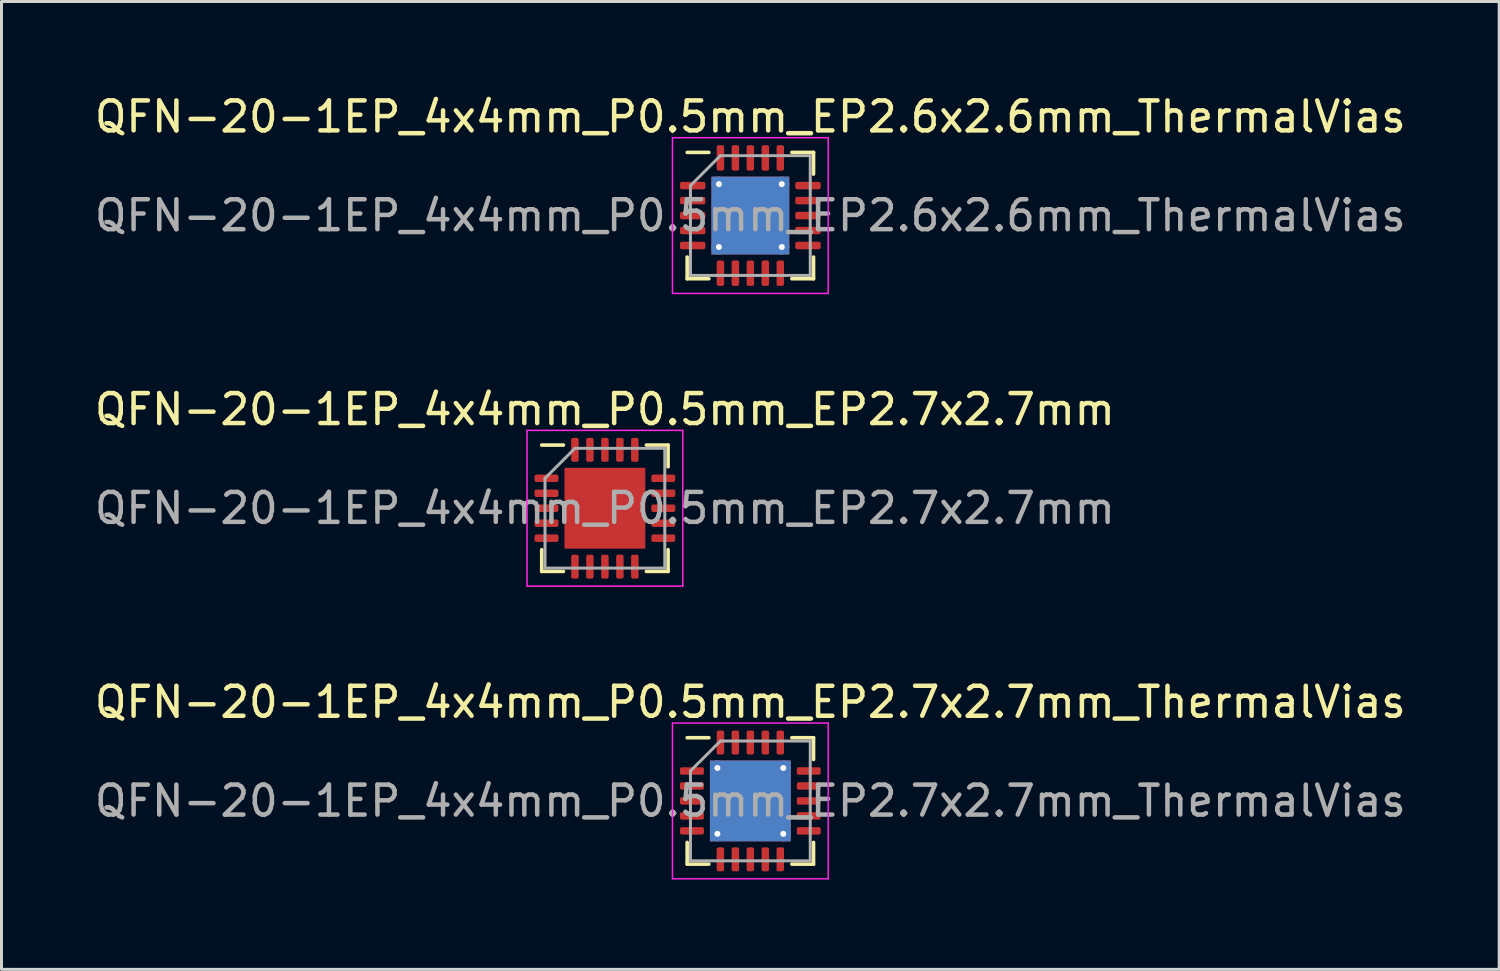
<source format=kicad_pcb>
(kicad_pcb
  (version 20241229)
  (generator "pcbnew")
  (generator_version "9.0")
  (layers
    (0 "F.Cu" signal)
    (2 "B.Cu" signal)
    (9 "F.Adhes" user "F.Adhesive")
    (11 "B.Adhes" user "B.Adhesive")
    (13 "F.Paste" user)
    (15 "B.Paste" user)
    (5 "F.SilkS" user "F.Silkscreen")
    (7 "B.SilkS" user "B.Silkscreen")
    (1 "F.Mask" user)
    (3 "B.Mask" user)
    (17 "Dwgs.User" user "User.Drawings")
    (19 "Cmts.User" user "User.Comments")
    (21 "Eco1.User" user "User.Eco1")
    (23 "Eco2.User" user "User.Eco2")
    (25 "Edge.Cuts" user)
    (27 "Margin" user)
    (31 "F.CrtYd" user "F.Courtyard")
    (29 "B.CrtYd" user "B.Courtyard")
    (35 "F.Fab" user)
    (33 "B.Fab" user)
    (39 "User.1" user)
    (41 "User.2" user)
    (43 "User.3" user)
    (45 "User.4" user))
  (footprint "QFN-20-1EP_4x4mm_P0.5mm_EP2.7x2.7mm_ThermalVias"
    (layer "F.Cu")
    (at 22.006 23.695)
    (property "Reference" "QFN-20-1EP_4x4mm_P0.5mm_EP2.7x2.7mm_ThermalVias" (at 0 -3.3 0) (layer "F.SilkS") (effects (font (size 1 1) (thickness 0.15))))
    (attr smd)
    (fp_line (start -2.11 2.11) (end -2.11 1.385) (stroke (width 0.12) (type solid)) (layer "F.SilkS"))
    (fp_line (start -1.385 -2.11) (end -2.11 -2.11) (stroke (width 0.12) (type solid)) (layer "F.SilkS"))
    (fp_line (start -1.385 2.11) (end -2.11 2.11) (stroke (width 0.12) (type solid)) (layer "F.SilkS"))
    (fp_line (start 1.385 -2.11) (end 2.11 -2.11) (stroke (width 0.12) (type solid)) (layer "F.SilkS"))
    (fp_line (start 1.385 2.11) (end 2.11 2.11) (stroke (width 0.12) (type solid)) (layer "F.SilkS"))
    (fp_line (start 2.11 -2.11) (end 2.11 -1.385) (stroke (width 0.12) (type solid)) (layer "F.SilkS"))
    (fp_line (start 2.11 2.11) (end 2.11 1.385) (stroke (width 0.12) (type solid)) (layer "F.SilkS"))
    (fp_line (start -2.6 -2.6) (end -2.6 2.6) (stroke (width 0.05) (type solid)) (layer "F.CrtYd"))
    (fp_line (start -2.6 2.6) (end 2.6 2.6) (stroke (width 0.05) (type solid)) (layer "F.CrtYd"))
    (fp_line (start 2.6 -2.6) (end -2.6 -2.6) (stroke (width 0.05) (type solid)) (layer "F.CrtYd"))
    (fp_line (start 2.6 2.6) (end 2.6 -2.6) (stroke (width 0.05) (type solid)) (layer "F.CrtYd"))
    (fp_line (start -2 -1) (end -1 -2) (stroke (width 0.1) (type solid)) (layer "F.Fab"))
    (fp_line (start -2 2) (end -2 -1) (stroke (width 0.1) (type solid)) (layer "F.Fab"))
    (fp_line (start -1 -2) (end 2 -2) (stroke (width 0.1) (type solid)) (layer "F.Fab"))
    (fp_line (start 2 -2) (end 2 2) (stroke (width 0.1) (type solid)) (layer "F.Fab"))
    (fp_line (start 2 2) (end -2 2) (stroke (width 0.1) (type solid)) (layer "F.Fab"))
    (fp_text user "${REFERENCE}" (at 0 0 0) (layer "F.Fab") (effects (font (size 1 1) (thickness 0.15))))
    (pad "" smd roundrect (at -0.675 -0.675) (size 1.17 1.17) (layers "F.Paste") (roundrect_rratio 0.214))
    (pad "" smd roundrect (at -0.675 0.675) (size 1.17 1.17) (layers "F.Paste") (roundrect_rratio 0.214))
    (pad "" smd roundrect (at 0.675 -0.675) (size 1.17 1.17) (layers "F.Paste") (roundrect_rratio 0.214))
    (pad "" smd roundrect (at 0.675 0.675) (size 1.17 1.17) (layers "F.Paste") (roundrect_rratio 0.214))
    (pad "1" smd roundrect (at -1.95 -1) (size 0.8 0.25) (layers "F.Cu" "F.Mask" "F.Paste") (roundrect_rratio 0.25))
    (pad "2" smd roundrect (at -1.95 -0.5) (size 0.8 0.25) (layers "F.Cu" "F.Mask" "F.Paste") (roundrect_rratio 0.25))
    (pad "3" smd roundrect (at -1.95 0) (size 0.8 0.25) (layers "F.Cu" "F.Mask" "F.Paste") (roundrect_rratio 0.25))
    (pad "4" smd roundrect (at -1.95 0.5) (size 0.8 0.25) (layers "F.Cu" "F.Mask" "F.Paste") (roundrect_rratio 0.25))
    (pad "5" smd roundrect (at -1.95 1) (size 0.8 0.25) (layers "F.Cu" "F.Mask" "F.Paste") (roundrect_rratio 0.25))
    (pad "6" smd roundrect (at -1 1.95) (size 0.25 0.8) (layers "F.Cu" "F.Mask" "F.Paste") (roundrect_rratio 0.25))
    (pad "7" smd roundrect (at -0.5 1.95) (size 0.25 0.8) (layers "F.Cu" "F.Mask" "F.Paste") (roundrect_rratio 0.25))
    (pad "8" smd roundrect (at 0 1.95) (size 0.25 0.8) (layers "F.Cu" "F.Mask" "F.Paste") (roundrect_rratio 0.25))
    (pad "9" smd roundrect (at 0.5 1.95) (size 0.25 0.8) (layers "F.Cu" "F.Mask" "F.Paste") (roundrect_rratio 0.25))
    (pad "10" smd roundrect (at 1 1.95) (size 0.25 0.8) (layers "F.Cu" "F.Mask" "F.Paste") (roundrect_rratio 0.25))
    (pad "11" smd roundrect (at 1.95 1) (size 0.8 0.25) (layers "F.Cu" "F.Mask" "F.Paste") (roundrect_rratio 0.25))
    (pad "12" smd roundrect (at 1.95 0.5) (size 0.8 0.25) (layers "F.Cu" "F.Mask" "F.Paste") (roundrect_rratio 0.25))
    (pad "13" smd roundrect (at 1.95 0) (size 0.8 0.25) (layers "F.Cu" "F.Mask" "F.Paste") (roundrect_rratio 0.25))
    (pad "14" smd roundrect (at 1.95 -0.5) (size 0.8 0.25) (layers "F.Cu" "F.Mask" "F.Paste") (roundrect_rratio 0.25))
    (pad "15" smd roundrect (at 1.95 -1) (size 0.8 0.25) (layers "F.Cu" "F.Mask" "F.Paste") (roundrect_rratio 0.25))
    (pad "16" smd roundrect (at 1 -1.95) (size 0.25 0.8) (layers "F.Cu" "F.Mask" "F.Paste") (roundrect_rratio 0.25))
    (pad "17" smd roundrect (at 0.5 -1.95) (size 0.25 0.8) (layers "F.Cu" "F.Mask" "F.Paste") (roundrect_rratio 0.25))
    (pad "18" smd roundrect (at 0 -1.95) (size 0.25 0.8) (layers "F.Cu" "F.Mask" "F.Paste") (roundrect_rratio 0.25))
    (pad "19" smd roundrect (at -0.5 -1.95) (size 0.25 0.8) (layers "F.Cu" "F.Mask" "F.Paste") (roundrect_rratio 0.25))
    (pad "20" smd roundrect (at -1 -1.95) (size 0.25 0.8) (layers "F.Cu" "F.Mask" "F.Paste") (roundrect_rratio 0.25))
    (pad "21" thru_hole circle (at -1.1 -1.1) (size 0.5 0.5) (drill 0.2) (layers "*.Cu"))
    (pad "21" thru_hole circle (at -1.1 1.1) (size 0.5 0.5) (drill 0.2) (layers "*.Cu"))
    (pad "21" smd rect (at 0 0) (size 2.7 2.7) (layers "F.Cu" "F.Mask"))
    (pad "21" smd rect (at 0 0) (size 2.7 2.7) (layers "B.Cu"))
    (pad "21" thru_hole circle (at 1.1 -1.1) (size 0.5 0.5) (drill 0.2) (layers "*.Cu"))
    (pad "21" thru_hole circle (at 1.1 1.1) (size 0.5 0.5) (drill 0.2) (layers "*.Cu")))
  (footprint "QFN-20-1EP_4x4mm_P0.5mm_EP2.6x2.6mm_ThermalVias"
    (layer "F.Cu")
    (at 22.006 4.148)
    (property "Reference" "QFN-20-1EP_4x4mm_P0.5mm_EP2.6x2.6mm_ThermalVias" (at 0 -3.3 0) (layer "F.SilkS") (effects (font (size 1 1) (thickness 0.15))))
    (attr smd)
    (fp_line (start -2.11 2.11) (end -2.11 1.385) (stroke (width 0.12) (type solid)) (layer "F.SilkS"))
    (fp_line (start -1.385 -2.11) (end -2.11 -2.11) (stroke (width 0.12) (type solid)) (layer "F.SilkS"))
    (fp_line (start -1.385 2.11) (end -2.11 2.11) (stroke (width 0.12) (type solid)) (layer "F.SilkS"))
    (fp_line (start 1.385 -2.11) (end 2.11 -2.11) (stroke (width 0.12) (type solid)) (layer "F.SilkS"))
    (fp_line (start 1.385 2.11) (end 2.11 2.11) (stroke (width 0.12) (type solid)) (layer "F.SilkS"))
    (fp_line (start 2.11 -2.11) (end 2.11 -1.385) (stroke (width 0.12) (type solid)) (layer "F.SilkS"))
    (fp_line (start 2.11 2.11) (end 2.11 1.385) (stroke (width 0.12) (type solid)) (layer "F.SilkS"))
    (fp_line (start -2.6 -2.6) (end -2.6 2.6) (stroke (width 0.05) (type solid)) (layer "F.CrtYd"))
    (fp_line (start -2.6 2.6) (end 2.6 2.6) (stroke (width 0.05) (type solid)) (layer "F.CrtYd"))
    (fp_line (start 2.6 -2.6) (end -2.6 -2.6) (stroke (width 0.05) (type solid)) (layer "F.CrtYd"))
    (fp_line (start 2.6 2.6) (end 2.6 -2.6) (stroke (width 0.05) (type solid)) (layer "F.CrtYd"))
    (fp_line (start -2 -1) (end -1 -2) (stroke (width 0.1) (type solid)) (layer "F.Fab"))
    (fp_line (start -2 2) (end -2 -1) (stroke (width 0.1) (type solid)) (layer "F.Fab"))
    (fp_line (start -1 -2) (end 2 -2) (stroke (width 0.1) (type solid)) (layer "F.Fab"))
    (fp_line (start 2 -2) (end 2 2) (stroke (width 0.1) (type solid)) (layer "F.Fab"))
    (fp_line (start 2 2) (end -2 2) (stroke (width 0.1) (type solid)) (layer "F.Fab"))
    (fp_text user "${REFERENCE}" (at 0 0 0) (layer "F.Fab") (effects (font (size 1 1) (thickness 0.15))))
    (pad "" smd roundrect (at -0.65 -0.65) (size 1.13 1.13) (layers "F.Paste") (roundrect_rratio 0.221))
    (pad "" smd roundrect (at -0.65 0.65) (size 1.13 1.13) (layers "F.Paste") (roundrect_rratio 0.221))
    (pad "" smd roundrect (at 0.65 -0.65) (size 1.13 1.13) (layers "F.Paste") (roundrect_rratio 0.221))
    (pad "" smd roundrect (at 0.65 0.65) (size 1.13 1.13) (layers "F.Paste") (roundrect_rratio 0.221))
    (pad "1" smd roundrect (at -1.925 -1) (size 0.85 0.25) (layers "F.Cu" "F.Mask" "F.Paste") (roundrect_rratio 0.25))
    (pad "2" smd roundrect (at -1.925 -0.5) (size 0.85 0.25) (layers "F.Cu" "F.Mask" "F.Paste") (roundrect_rratio 0.25))
    (pad "3" smd roundrect (at -1.925 0) (size 0.85 0.25) (layers "F.Cu" "F.Mask" "F.Paste") (roundrect_rratio 0.25))
    (pad "4" smd roundrect (at -1.925 0.5) (size 0.85 0.25) (layers "F.Cu" "F.Mask" "F.Paste") (roundrect_rratio 0.25))
    (pad "5" smd roundrect (at -1.925 1) (size 0.85 0.25) (layers "F.Cu" "F.Mask" "F.Paste") (roundrect_rratio 0.25))
    (pad "6" smd roundrect (at -1 1.925) (size 0.25 0.85) (layers "F.Cu" "F.Mask" "F.Paste") (roundrect_rratio 0.25))
    (pad "7" smd roundrect (at -0.5 1.925) (size 0.25 0.85) (layers "F.Cu" "F.Mask" "F.Paste") (roundrect_rratio 0.25))
    (pad "8" smd roundrect (at 0 1.925) (size 0.25 0.85) (layers "F.Cu" "F.Mask" "F.Paste") (roundrect_rratio 0.25))
    (pad "9" smd roundrect (at 0.5 1.925) (size 0.25 0.85) (layers "F.Cu" "F.Mask" "F.Paste") (roundrect_rratio 0.25))
    (pad "10" smd roundrect (at 1 1.925) (size 0.25 0.85) (layers "F.Cu" "F.Mask" "F.Paste") (roundrect_rratio 0.25))
    (pad "11" smd roundrect (at 1.925 1) (size 0.85 0.25) (layers "F.Cu" "F.Mask" "F.Paste") (roundrect_rratio 0.25))
    (pad "12" smd roundrect (at 1.925 0.5) (size 0.85 0.25) (layers "F.Cu" "F.Mask" "F.Paste") (roundrect_rratio 0.25))
    (pad "13" smd roundrect (at 1.925 0) (size 0.85 0.25) (layers "F.Cu" "F.Mask" "F.Paste") (roundrect_rratio 0.25))
    (pad "14" smd roundrect (at 1.925 -0.5) (size 0.85 0.25) (layers "F.Cu" "F.Mask" "F.Paste") (roundrect_rratio 0.25))
    (pad "15" smd roundrect (at 1.925 -1) (size 0.85 0.25) (layers "F.Cu" "F.Mask" "F.Paste") (roundrect_rratio 0.25))
    (pad "16" smd roundrect (at 1 -1.925) (size 0.25 0.85) (layers "F.Cu" "F.Mask" "F.Paste") (roundrect_rratio 0.25))
    (pad "17" smd roundrect (at 0.5 -1.925) (size 0.25 0.85) (layers "F.Cu" "F.Mask" "F.Paste") (roundrect_rratio 0.25))
    (pad "18" smd roundrect (at 0 -1.925) (size 0.25 0.85) (layers "F.Cu" "F.Mask" "F.Paste") (roundrect_rratio 0.25))
    (pad "19" smd roundrect (at -0.5 -1.925) (size 0.25 0.85) (layers "F.Cu" "F.Mask" "F.Paste") (roundrect_rratio 0.25))
    (pad "20" smd roundrect (at -1 -1.925) (size 0.25 0.85) (layers "F.Cu" "F.Mask" "F.Paste") (roundrect_rratio 0.25))
    (pad "21" thru_hole circle (at -1.05 -1.05) (size 0.5 0.5) (drill 0.2) (layers "*.Cu"))
    (pad "21" thru_hole circle (at -1.05 1.05) (size 0.5 0.5) (drill 0.2) (layers "*.Cu"))
    (pad "21" smd rect (at 0 0) (size 2.6 2.6) (layers "F.Cu" "F.Mask"))
    (pad "21" smd rect (at 0 0) (size 2.6 2.6) (layers "B.Cu"))
    (pad "21" thru_hole circle (at 1.05 -1.05) (size 0.5 0.5) (drill 0.2) (layers "*.Cu"))
    (pad "21" thru_hole circle (at 1.05 1.05) (size 0.5 0.5) (drill 0.2) (layers "*.Cu")))
  (footprint "QFN-20-1EP_4x4mm_P0.5mm_EP2.7x2.7mm"
    (layer "F.Cu")
    (at 17.149 13.921)
    (property "Reference" "QFN-20-1EP_4x4mm_P0.5mm_EP2.7x2.7mm" (at 0 -3.3 0) (layer "F.SilkS") (effects (font (size 1 1) (thickness 0.15))))
    (attr smd)
    (fp_line (start -2.11 2.11) (end -2.11 1.385) (stroke (width 0.12) (type solid)) (layer "F.SilkS"))
    (fp_line (start -1.385 -2.11) (end -2.11 -2.11) (stroke (width 0.12) (type solid)) (layer "F.SilkS"))
    (fp_line (start -1.385 2.11) (end -2.11 2.11) (stroke (width 0.12) (type solid)) (layer "F.SilkS"))
    (fp_line (start 1.385 -2.11) (end 2.11 -2.11) (stroke (width 0.12) (type solid)) (layer "F.SilkS"))
    (fp_line (start 1.385 2.11) (end 2.11 2.11) (stroke (width 0.12) (type solid)) (layer "F.SilkS"))
    (fp_line (start 2.11 -2.11) (end 2.11 -1.385) (stroke (width 0.12) (type solid)) (layer "F.SilkS"))
    (fp_line (start 2.11 2.11) (end 2.11 1.385) (stroke (width 0.12) (type solid)) (layer "F.SilkS"))
    (fp_line (start -2.6 -2.6) (end -2.6 2.6) (stroke (width 0.05) (type solid)) (layer "F.CrtYd"))
    (fp_line (start -2.6 2.6) (end 2.6 2.6) (stroke (width 0.05) (type solid)) (layer "F.CrtYd"))
    (fp_line (start 2.6 -2.6) (end -2.6 -2.6) (stroke (width 0.05) (type solid)) (layer "F.CrtYd"))
    (fp_line (start 2.6 2.6) (end 2.6 -2.6) (stroke (width 0.05) (type solid)) (layer "F.CrtYd"))
    (fp_line (start -2 -1) (end -1 -2) (stroke (width 0.1) (type solid)) (layer "F.Fab"))
    (fp_line (start -2 2) (end -2 -1) (stroke (width 0.1) (type solid)) (layer "F.Fab"))
    (fp_line (start -1 -2) (end 2 -2) (stroke (width 0.1) (type solid)) (layer "F.Fab"))
    (fp_line (start 2 -2) (end 2 2) (stroke (width 0.1) (type solid)) (layer "F.Fab"))
    (fp_line (start 2 2) (end -2 2) (stroke (width 0.1) (type solid)) (layer "F.Fab"))
    (fp_text user "${REFERENCE}" (at 0 0 0) (layer "F.Fab") (effects (font (size 1 1) (thickness 0.15))))
    (pad "" smd roundrect (at -0.675 -0.675) (size 1.09 1.09) (layers "F.Paste") (roundrect_rratio 0.229))
    (pad "" smd roundrect (at -0.675 0.675) (size 1.09 1.09) (layers "F.Paste") (roundrect_rratio 0.229))
    (pad "" smd roundrect (at 0.675 -0.675) (size 1.09 1.09) (layers "F.Paste") (roundrect_rratio 0.229))
    (pad "" smd roundrect (at 0.675 0.675) (size 1.09 1.09) (layers "F.Paste") (roundrect_rratio 0.229))
    (pad "1" smd roundrect (at -1.95 -1) (size 0.8 0.25) (layers "F.Cu" "F.Mask" "F.Paste") (roundrect_rratio 0.25))
    (pad "2" smd roundrect (at -1.95 -0.5) (size 0.8 0.25) (layers "F.Cu" "F.Mask" "F.Paste") (roundrect_rratio 0.25))
    (pad "3" smd roundrect (at -1.95 0) (size 0.8 0.25) (layers "F.Cu" "F.Mask" "F.Paste") (roundrect_rratio 0.25))
    (pad "4" smd roundrect (at -1.95 0.5) (size 0.8 0.25) (layers "F.Cu" "F.Mask" "F.Paste") (roundrect_rratio 0.25))
    (pad "5" smd roundrect (at -1.95 1) (size 0.8 0.25) (layers "F.Cu" "F.Mask" "F.Paste") (roundrect_rratio 0.25))
    (pad "6" smd roundrect (at -1 1.95) (size 0.25 0.8) (layers "F.Cu" "F.Mask" "F.Paste") (roundrect_rratio 0.25))
    (pad "7" smd roundrect (at -0.5 1.95) (size 0.25 0.8) (layers "F.Cu" "F.Mask" "F.Paste") (roundrect_rratio 0.25))
    (pad "8" smd roundrect (at 0 1.95) (size 0.25 0.8) (layers "F.Cu" "F.Mask" "F.Paste") (roundrect_rratio 0.25))
    (pad "9" smd roundrect (at 0.5 1.95) (size 0.25 0.8) (layers "F.Cu" "F.Mask" "F.Paste") (roundrect_rratio 0.25))
    (pad "10" smd roundrect (at 1 1.95) (size 0.25 0.8) (layers "F.Cu" "F.Mask" "F.Paste") (roundrect_rratio 0.25))
    (pad "11" smd roundrect (at 1.95 1) (size 0.8 0.25) (layers "F.Cu" "F.Mask" "F.Paste") (roundrect_rratio 0.25))
    (pad "12" smd roundrect (at 1.95 0.5) (size 0.8 0.25) (layers "F.Cu" "F.Mask" "F.Paste") (roundrect_rratio 0.25))
    (pad "13" smd roundrect (at 1.95 0) (size 0.8 0.25) (layers "F.Cu" "F.Mask" "F.Paste") (roundrect_rratio 0.25))
    (pad "14" smd roundrect (at 1.95 -0.5) (size 0.8 0.25) (layers "F.Cu" "F.Mask" "F.Paste") (roundrect_rratio 0.25))
    (pad "15" smd roundrect (at 1.95 -1) (size 0.8 0.25) (layers "F.Cu" "F.Mask" "F.Paste") (roundrect_rratio 0.25))
    (pad "16" smd roundrect (at 1 -1.95) (size 0.25 0.8) (layers "F.Cu" "F.Mask" "F.Paste") (roundrect_rratio 0.25))
    (pad "17" smd roundrect (at 0.5 -1.95) (size 0.25 0.8) (layers "F.Cu" "F.Mask" "F.Paste") (roundrect_rratio 0.25))
    (pad "18" smd roundrect (at 0 -1.95) (size 0.25 0.8) (layers "F.Cu" "F.Mask" "F.Paste") (roundrect_rratio 0.25))
    (pad "19" smd roundrect (at -0.5 -1.95) (size 0.25 0.8) (layers "F.Cu" "F.Mask" "F.Paste") (roundrect_rratio 0.25))
    (pad "20" smd roundrect (at -1 -1.95) (size 0.25 0.8) (layers "F.Cu" "F.Mask" "F.Paste") (roundrect_rratio 0.25))
    (pad "21" smd rect (at 0 0) (size 2.7 2.7) (layers "F.Cu" "F.Mask")))
  (gr_rect
    (start -3 -3)
    (end 47.012 29.32)
    (stroke (width 0.1) (type default))
    (fill no)
    (layer "Edge.Cuts")))
</source>
